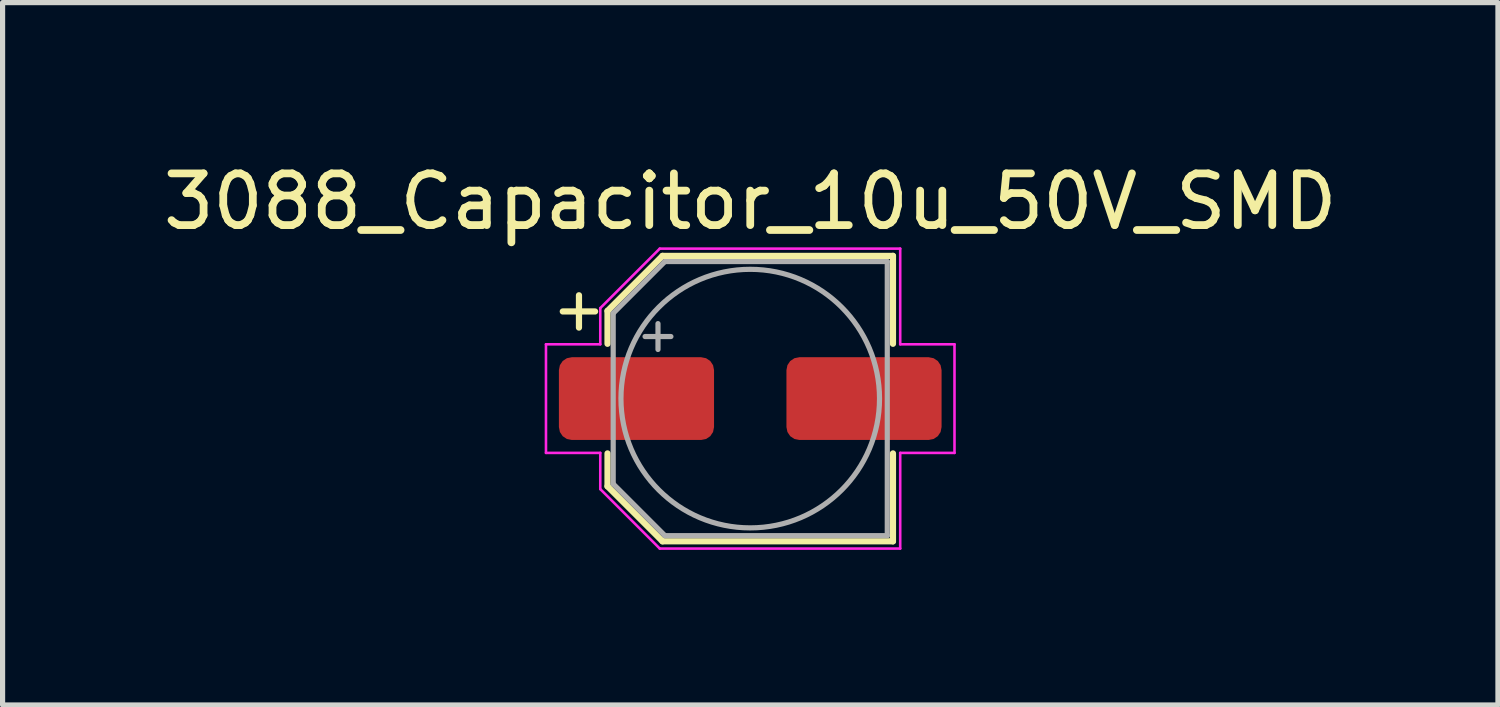
<source format=kicad_pcb>
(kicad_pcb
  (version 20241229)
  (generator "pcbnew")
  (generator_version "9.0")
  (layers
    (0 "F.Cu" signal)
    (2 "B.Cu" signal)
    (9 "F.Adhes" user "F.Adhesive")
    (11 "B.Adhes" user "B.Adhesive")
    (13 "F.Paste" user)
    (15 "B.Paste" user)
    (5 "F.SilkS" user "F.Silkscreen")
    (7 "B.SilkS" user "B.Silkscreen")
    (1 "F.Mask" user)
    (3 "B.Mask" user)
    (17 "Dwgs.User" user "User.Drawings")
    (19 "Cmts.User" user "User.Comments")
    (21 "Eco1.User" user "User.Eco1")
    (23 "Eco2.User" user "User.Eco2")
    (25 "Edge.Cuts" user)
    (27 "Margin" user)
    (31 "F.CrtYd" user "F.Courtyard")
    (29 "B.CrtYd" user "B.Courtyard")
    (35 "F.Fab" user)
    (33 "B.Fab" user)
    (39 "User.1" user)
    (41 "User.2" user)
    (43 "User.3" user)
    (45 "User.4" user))
  (footprint "3088_Capacitor_10u_50V_SMD"
    (layer "F.Cu")
    (at 11.458 4.658)
    (property "Reference" "3088_Capacitor_10u_50V_SMD" (at 0 -3.81 0) (layer "F.SilkS") (effects (font (size 1 1) (thickness 0.15))))
    (attr smd)
    (fp_line (start -3.625 -1.685) (end -3 -1.685) (stroke (width 0.12) (type solid)) (layer "F.SilkS"))
    (fp_line (start -3.312 -1.998) (end -3.312 -1.373) (stroke (width 0.12) (type solid)) (layer "F.SilkS"))
    (fp_line (start -2.76 -1.696) (end -2.76 -1.06) (stroke (width 0.12) (type solid)) (layer "F.SilkS"))
    (fp_line (start -2.76 -1.696) (end -1.696 -2.76) (stroke (width 0.12) (type solid)) (layer "F.SilkS"))
    (fp_line (start -2.76 1.696) (end -2.76 1.06) (stroke (width 0.12) (type solid)) (layer "F.SilkS"))
    (fp_line (start -2.76 1.696) (end -1.696 2.76) (stroke (width 0.12) (type solid)) (layer "F.SilkS"))
    (fp_line (start -1.696 -2.76) (end 2.76 -2.76) (stroke (width 0.12) (type solid)) (layer "F.SilkS"))
    (fp_line (start -1.696 2.76) (end 2.76 2.76) (stroke (width 0.12) (type solid)) (layer "F.SilkS"))
    (fp_line (start 2.76 -2.76) (end 2.76 -1.06) (stroke (width 0.12) (type solid)) (layer "F.SilkS"))
    (fp_line (start 2.76 2.76) (end 2.76 1.06) (stroke (width 0.12) (type solid)) (layer "F.SilkS"))
    (fp_line (start -3.95 -1.05) (end -3.95 1.05) (stroke (width 0.05) (type solid)) (layer "F.CrtYd"))
    (fp_line (start -3.95 1.05) (end -2.9 1.05) (stroke (width 0.05) (type solid)) (layer "F.CrtYd"))
    (fp_line (start -2.9 -1.75) (end -2.9 -1.05) (stroke (width 0.05) (type solid)) (layer "F.CrtYd"))
    (fp_line (start -2.9 -1.75) (end -1.75 -2.9) (stroke (width 0.05) (type solid)) (layer "F.CrtYd"))
    (fp_line (start -2.9 -1.05) (end -3.95 -1.05) (stroke (width 0.05) (type solid)) (layer "F.CrtYd"))
    (fp_line (start -2.9 1.05) (end -2.9 1.75) (stroke (width 0.05) (type solid)) (layer "F.CrtYd"))
    (fp_line (start -2.9 1.75) (end -1.75 2.9) (stroke (width 0.05) (type solid)) (layer "F.CrtYd"))
    (fp_line (start -1.75 -2.9) (end 2.9 -2.9) (stroke (width 0.05) (type solid)) (layer "F.CrtYd"))
    (fp_line (start -1.75 2.9) (end 2.9 2.9) (stroke (width 0.05) (type solid)) (layer "F.CrtYd"))
    (fp_line (start 2.9 -2.9) (end 2.9 -1.05) (stroke (width 0.05) (type solid)) (layer "F.CrtYd"))
    (fp_line (start 2.9 -1.05) (end 3.95 -1.05) (stroke (width 0.05) (type solid)) (layer "F.CrtYd"))
    (fp_line (start 2.9 1.05) (end 2.9 2.9) (stroke (width 0.05) (type solid)) (layer "F.CrtYd"))
    (fp_line (start 3.95 -1.05) (end 3.95 1.05) (stroke (width 0.05) (type solid)) (layer "F.CrtYd"))
    (fp_line (start 3.95 1.05) (end 2.9 1.05) (stroke (width 0.05) (type solid)) (layer "F.CrtYd"))
    (fp_line (start -2.65 -1.65) (end -2.65 1.65) (stroke (width 0.1) (type solid)) (layer "F.Fab"))
    (fp_line (start -2.65 -1.65) (end -1.65 -2.65) (stroke (width 0.1) (type solid)) (layer "F.Fab"))
    (fp_line (start -2.65 1.65) (end -1.65 2.65) (stroke (width 0.1) (type solid)) (layer "F.Fab"))
    (fp_line (start -2.034 -1.2) (end -1.534 -1.2) (stroke (width 0.1) (type solid)) (layer "F.Fab"))
    (fp_line (start -1.784 -1.45) (end -1.784 -0.95) (stroke (width 0.1) (type solid)) (layer "F.Fab"))
    (fp_line (start -1.65 -2.65) (end 2.65 -2.65) (stroke (width 0.1) (type solid)) (layer "F.Fab"))
    (fp_line (start -1.65 2.65) (end 2.65 2.65) (stroke (width 0.1) (type solid)) (layer "F.Fab"))
    (fp_line (start 2.65 -2.65) (end 2.65 2.65) (stroke (width 0.1) (type solid)) (layer "F.Fab"))
    (fp_circle (center 0 0) (end 2.5 0) (stroke (width 0.1) (type solid)) (fill no) (layer "F.Fab"))
    (pad "1" smd roundrect (at -2.2 0) (size 3 1.6) (layers "F.Cu" "F.Mask" "F.Paste") (roundrect_rratio 0.156))
    (pad "2" smd roundrect (at 2.2 0) (size 3 1.6) (layers "F.Cu" "F.Mask" "F.Paste") (roundrect_rratio 0.156)))
  (gr_rect
    (start -3 -3)
    (end 25.917 10.583)
    (stroke (width 0.1) (type default))
    (fill no)
    (layer "Edge.Cuts")))
</source>
